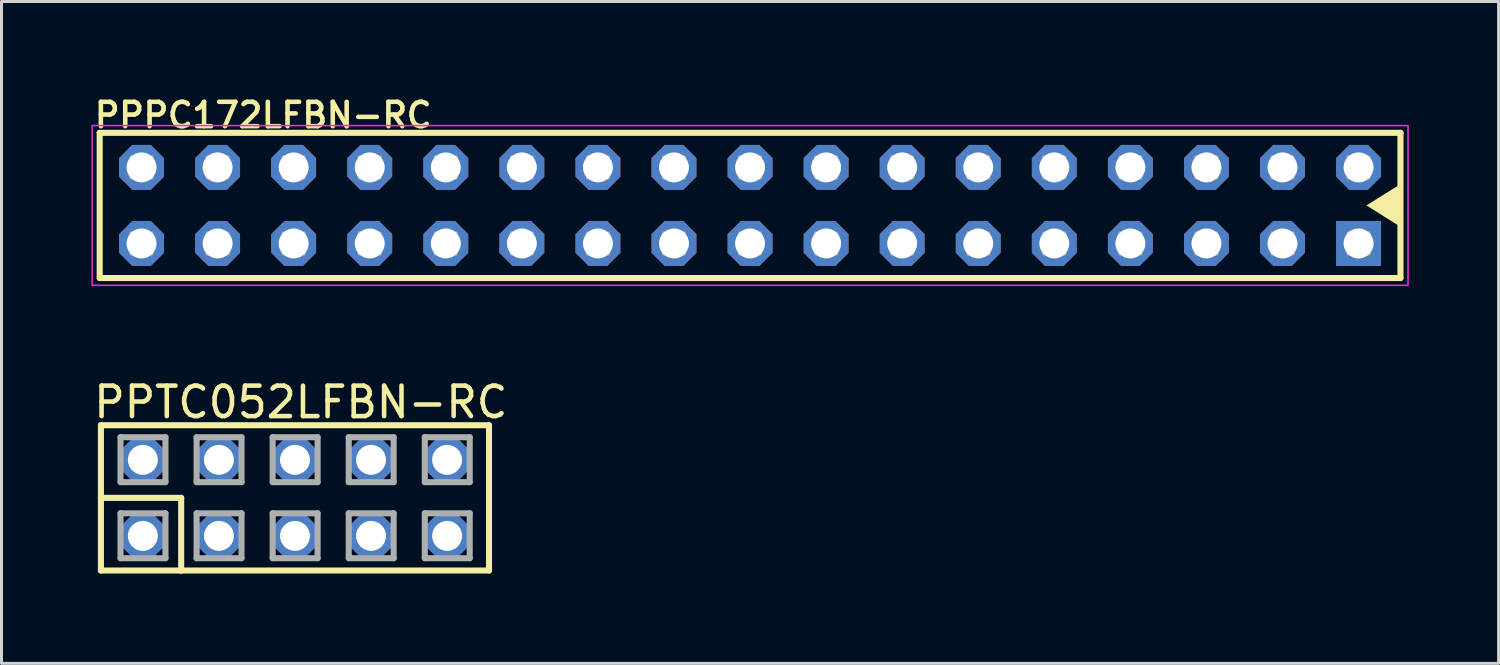
<source format=kicad_pcb>
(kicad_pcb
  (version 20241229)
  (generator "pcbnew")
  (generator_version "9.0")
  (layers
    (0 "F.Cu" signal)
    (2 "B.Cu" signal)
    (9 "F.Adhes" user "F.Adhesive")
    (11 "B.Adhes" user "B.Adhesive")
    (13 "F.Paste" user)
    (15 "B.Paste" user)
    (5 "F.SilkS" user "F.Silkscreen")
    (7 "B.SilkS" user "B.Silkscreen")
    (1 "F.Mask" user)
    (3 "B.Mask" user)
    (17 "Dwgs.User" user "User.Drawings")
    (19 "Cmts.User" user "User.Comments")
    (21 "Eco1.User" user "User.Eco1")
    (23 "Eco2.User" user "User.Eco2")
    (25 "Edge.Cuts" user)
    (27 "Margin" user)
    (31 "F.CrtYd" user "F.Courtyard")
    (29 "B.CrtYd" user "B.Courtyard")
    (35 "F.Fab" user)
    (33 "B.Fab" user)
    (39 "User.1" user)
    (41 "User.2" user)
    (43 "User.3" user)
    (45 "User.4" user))
  (footprint "PPTC052LFBN-RC"
    (layer "F.Cu")
    (at 6.8 13.575)
    (property "Reference" "PPTC052LFBN-RC" (at -6.8 -2.6 0) (layer "F.SilkS") (effects (font (size 1.016 1.016) (thickness 0.152)) (justify left bottom)))
    (attr through_hole)
    (fp_line (start -6.48 -2.425) (end 6.479 -2.425) (stroke (width 0.203) (type solid)) (layer "F.SilkS"))
    (fp_line (start -6.48 0) (end -6.48 -2.425) (stroke (width 0.203) (type solid)) (layer "F.SilkS"))
    (fp_line (start -6.48 2.425) (end -6.48 0) (stroke (width 0.203) (type solid)) (layer "F.SilkS"))
    (fp_line (start -3.8 0) (end -6.48 0) (stroke (width 0.203) (type solid)) (layer "F.SilkS"))
    (fp_line (start -3.8 0) (end -3.8 2.425) (stroke (width 0.203) (type solid)) (layer "F.SilkS"))
    (fp_line (start -3.8 2.425) (end -6.48 2.425) (stroke (width 0.203) (type solid)) (layer "F.SilkS"))
    (fp_line (start 6.479 -2.425) (end 6.479 2.425) (stroke (width 0.203) (type solid)) (layer "F.SilkS"))
    (fp_line (start 6.479 2.425) (end -3.8 2.425) (stroke (width 0.203) (type solid)) (layer "F.SilkS"))
    (fp_line (start -5.825 -2.025) (end -4.325 -2.025) (stroke (width 0.203) (type solid)) (layer "F.Fab"))
    (fp_line (start -5.825 -0.525) (end -5.825 -2.025) (stroke (width 0.203) (type solid)) (layer "F.Fab"))
    (fp_line (start -5.825 0.515) (end -4.325 0.515) (stroke (width 0.203) (type solid)) (layer "F.Fab"))
    (fp_line (start -5.825 2.015) (end -5.825 0.515) (stroke (width 0.203) (type solid)) (layer "F.Fab"))
    (fp_line (start -4.325 -2.025) (end -4.325 -0.525) (stroke (width 0.203) (type solid)) (layer "F.Fab"))
    (fp_line (start -4.325 -0.525) (end -5.825 -0.525) (stroke (width 0.203) (type solid)) (layer "F.Fab"))
    (fp_line (start -4.325 0.515) (end -4.325 2.015) (stroke (width 0.203) (type solid)) (layer "F.Fab"))
    (fp_line (start -4.325 2.015) (end -5.825 2.015) (stroke (width 0.203) (type solid)) (layer "F.Fab"))
    (fp_line (start -3.285 -2.025) (end -1.785 -2.025) (stroke (width 0.203) (type solid)) (layer "F.Fab"))
    (fp_line (start -3.285 -0.525) (end -3.285 -2.025) (stroke (width 0.203) (type solid)) (layer "F.Fab"))
    (fp_line (start -3.285 0.515) (end -1.785 0.515) (stroke (width 0.203) (type solid)) (layer "F.Fab"))
    (fp_line (start -3.285 2.015) (end -3.285 0.515) (stroke (width 0.203) (type solid)) (layer "F.Fab"))
    (fp_line (start -1.785 -2.025) (end -1.785 -0.525) (stroke (width 0.203) (type solid)) (layer "F.Fab"))
    (fp_line (start -1.785 -0.525) (end -3.285 -0.525) (stroke (width 0.203) (type solid)) (layer "F.Fab"))
    (fp_line (start -1.785 0.515) (end -1.785 2.015) (stroke (width 0.203) (type solid)) (layer "F.Fab"))
    (fp_line (start -1.785 2.015) (end -3.285 2.015) (stroke (width 0.203) (type solid)) (layer "F.Fab"))
    (fp_line (start -0.745 -2.025) (end 0.755 -2.025) (stroke (width 0.203) (type solid)) (layer "F.Fab"))
    (fp_line (start -0.745 -0.525) (end -0.745 -2.025) (stroke (width 0.203) (type solid)) (layer "F.Fab"))
    (fp_line (start -0.745 0.515) (end 0.755 0.515) (stroke (width 0.203) (type solid)) (layer "F.Fab"))
    (fp_line (start -0.745 2.015) (end -0.745 0.515) (stroke (width 0.203) (type solid)) (layer "F.Fab"))
    (fp_line (start 0.755 -2.025) (end 0.755 -0.525) (stroke (width 0.203) (type solid)) (layer "F.Fab"))
    (fp_line (start 0.755 -0.525) (end -0.745 -0.525) (stroke (width 0.203) (type solid)) (layer "F.Fab"))
    (fp_line (start 0.755 0.515) (end 0.755 2.015) (stroke (width 0.203) (type solid)) (layer "F.Fab"))
    (fp_line (start 0.755 2.015) (end -0.745 2.015) (stroke (width 0.203) (type solid)) (layer "F.Fab"))
    (fp_line (start 1.795 -2.025) (end 3.295 -2.025) (stroke (width 0.203) (type solid)) (layer "F.Fab"))
    (fp_line (start 1.795 -0.525) (end 1.795 -2.025) (stroke (width 0.203) (type solid)) (layer "F.Fab"))
    (fp_line (start 1.795 0.515) (end 3.295 0.515) (stroke (width 0.203) (type solid)) (layer "F.Fab"))
    (fp_line (start 1.795 2.015) (end 1.795 0.515) (stroke (width 0.203) (type solid)) (layer "F.Fab"))
    (fp_line (start 3.295 -2.025) (end 3.295 -0.525) (stroke (width 0.203) (type solid)) (layer "F.Fab"))
    (fp_line (start 3.295 -0.525) (end 1.795 -0.525) (stroke (width 0.203) (type solid)) (layer "F.Fab"))
    (fp_line (start 3.295 0.515) (end 3.295 2.015) (stroke (width 0.203) (type solid)) (layer "F.Fab"))
    (fp_line (start 3.295 2.015) (end 1.795 2.015) (stroke (width 0.203) (type solid)) (layer "F.Fab"))
    (fp_line (start 4.335 -2.025) (end 5.835 -2.025) (stroke (width 0.203) (type solid)) (layer "F.Fab"))
    (fp_line (start 4.335 -0.525) (end 4.335 -2.025) (stroke (width 0.203) (type solid)) (layer "F.Fab"))
    (fp_line (start 4.335 0.515) (end 5.835 0.515) (stroke (width 0.203) (type solid)) (layer "F.Fab"))
    (fp_line (start 4.335 2.015) (end 4.335 0.515) (stroke (width 0.203) (type solid)) (layer "F.Fab"))
    (fp_line (start 5.835 -2.025) (end 5.835 -0.525) (stroke (width 0.203) (type solid)) (layer "F.Fab"))
    (fp_line (start 5.835 -0.525) (end 4.335 -0.525) (stroke (width 0.203) (type solid)) (layer "F.Fab"))
    (fp_line (start 5.835 0.515) (end 5.835 2.015) (stroke (width 0.203) (type solid)) (layer "F.Fab"))
    (fp_line (start 5.835 2.015) (end 4.335 2.015) (stroke (width 0.203) (type solid)) (layer "F.Fab"))
    (pad "1" thru_hole roundrect (at -5.08 1.27) (size 1.5 1.5) (drill 1) (layers "*.Cu" "*.Mask") (roundrect_rratio 0.25) (chamfer_ratio 0.293) (chamfer top_left top_right bottom_left bottom_right))
    (pad "2" thru_hole roundrect (at -5.08 -1.27) (size 1.5 1.5) (drill 1) (layers "*.Cu" "*.Mask") (roundrect_rratio 0.25) (chamfer_ratio 0.293) (chamfer top_left top_right bottom_left bottom_right))
    (pad "3" thru_hole roundrect (at -2.54 1.27) (size 1.5 1.5) (drill 1) (layers "*.Cu" "*.Mask") (roundrect_rratio 0.25) (chamfer_ratio 0.293) (chamfer top_left top_right bottom_left bottom_right))
    (pad "4" thru_hole roundrect (at -2.54 -1.27) (size 1.5 1.5) (drill 1) (layers "*.Cu" "*.Mask") (roundrect_rratio 0.25) (chamfer_ratio 0.293) (chamfer top_left top_right bottom_left bottom_right))
    (pad "5" thru_hole roundrect (at 0 1.27) (size 1.5 1.5) (drill 1) (layers "*.Cu" "*.Mask") (roundrect_rratio 0.25) (chamfer_ratio 0.293) (chamfer top_left top_right bottom_left bottom_right))
    (pad "6" thru_hole roundrect (at 0 -1.27) (size 1.5 1.5) (drill 1) (layers "*.Cu" "*.Mask") (roundrect_rratio 0.25) (chamfer_ratio 0.293) (chamfer top_left top_right bottom_left bottom_right))
    (pad "7" thru_hole roundrect (at 2.54 1.27) (size 1.5 1.5) (drill 1) (layers "*.Cu" "*.Mask") (roundrect_rratio 0.25) (chamfer_ratio 0.293) (chamfer top_left top_right bottom_left bottom_right))
    (pad "8" thru_hole roundrect (at 2.54 -1.27) (size 1.5 1.5) (drill 1) (layers "*.Cu" "*.Mask") (roundrect_rratio 0.25) (chamfer_ratio 0.293) (chamfer top_left top_right bottom_left bottom_right))
    (pad "9" thru_hole roundrect (at 5.08 1.27) (size 1.5 1.5) (drill 1) (layers "*.Cu" "*.Mask") (roundrect_rratio 0.25) (chamfer_ratio 0.293) (chamfer top_left top_right bottom_left bottom_right))
    (pad "10" thru_hole roundrect (at 5.08 -1.27) (size 1.5 1.5) (drill 1) (layers "*.Cu" "*.Mask") (roundrect_rratio 0.25) (chamfer_ratio 0.293) (chamfer top_left top_right bottom_left bottom_right)))
  (footprint "PPPC172LFBN-RC"
    (layer "F.Cu")
    (at 1.676 5.08)
    (property "Reference" "PPPC172LFBN-RC" (at -1.651 -3.81 0) (layer "F.SilkS") (effects (font (size 0.813 0.813) (thickness 0.152)) (justify left bottom)))
    (attr through_hole)
    (fp_line (start -1.397 -3.695) (end 42.039 -3.695) (stroke (width 0.203) (type solid)) (layer "F.SilkS"))
    (fp_line (start -1.397 1.155) (end -1.397 -3.695) (stroke (width 0.203) (type solid)) (layer "F.SilkS"))
    (fp_line (start 42.039 -3.695) (end 42.039 1.155) (stroke (width 0.203) (type solid)) (layer "F.SilkS"))
    (fp_line (start 42.039 1.155) (end -1.397 1.155) (stroke (width 0.203) (type solid)) (layer "F.SilkS"))
    (fp_poly (pts (xy 42.1 -0.52) (xy 40.901 -1.27) (xy 42.1 -2.02)) (stroke (width 0) (type default)) (fill yes) (layer "F.SilkS"))
    (fp_rect (start -1.651 -3.937) (end 42.291 1.397) (stroke (width 0.05) (type default)) (fill no) (layer "F.CrtYd"))
    (fp_poly (pts (xy -0.35 -2.19) (xy 0.35 -2.19) (xy 0.35 -2.89) (xy -0.35 -2.89)) (stroke (width 0.1) (type default)) (fill no) (layer "F.Fab"))
    (fp_poly (pts (xy -0.35 0.35) (xy 0.35 0.35) (xy 0.35 -0.35) (xy -0.35 -0.35)) (stroke (width 0.1) (type default)) (fill no) (layer "F.Fab"))
    (fp_poly (pts (xy 2.19 -2.19) (xy 2.89 -2.19) (xy 2.89 -2.89) (xy 2.19 -2.89)) (stroke (width 0.1) (type default)) (fill no) (layer "F.Fab"))
    (fp_poly (pts (xy 2.19 0.35) (xy 2.89 0.35) (xy 2.89 -0.35) (xy 2.19 -0.35)) (stroke (width 0.1) (type default)) (fill no) (layer "F.Fab"))
    (fp_poly (pts (xy 4.73 -2.19) (xy 5.43 -2.19) (xy 5.43 -2.89) (xy 4.73 -2.89)) (stroke (width 0.1) (type default)) (fill no) (layer "F.Fab"))
    (fp_poly (pts (xy 4.73 0.35) (xy 5.43 0.35) (xy 5.43 -0.35) (xy 4.73 -0.35)) (stroke (width 0.1) (type default)) (fill no) (layer "F.Fab"))
    (fp_poly (pts (xy 7.27 -2.19) (xy 7.97 -2.19) (xy 7.97 -2.89) (xy 7.27 -2.89)) (stroke (width 0.1) (type default)) (fill no) (layer "F.Fab"))
    (fp_poly (pts (xy 7.27 0.35) (xy 7.97 0.35) (xy 7.97 -0.35) (xy 7.27 -0.35)) (stroke (width 0.1) (type default)) (fill no) (layer "F.Fab"))
    (fp_poly (pts (xy 9.81 -2.19) (xy 10.51 -2.19) (xy 10.51 -2.89) (xy 9.81 -2.89)) (stroke (width 0.1) (type default)) (fill no) (layer "F.Fab"))
    (fp_poly (pts (xy 9.81 0.35) (xy 10.51 0.35) (xy 10.51 -0.35) (xy 9.81 -0.35)) (stroke (width 0.1) (type default)) (fill no) (layer "F.Fab"))
    (fp_poly (pts (xy 12.35 -2.19) (xy 13.05 -2.19) (xy 13.05 -2.89) (xy 12.35 -2.89)) (stroke (width 0.1) (type default)) (fill no) (layer "F.Fab"))
    (fp_poly (pts (xy 12.35 0.35) (xy 13.05 0.35) (xy 13.05 -0.35) (xy 12.35 -0.35)) (stroke (width 0.1) (type default)) (fill no) (layer "F.Fab"))
    (fp_poly (pts (xy 14.89 -2.19) (xy 15.59 -2.19) (xy 15.59 -2.89) (xy 14.89 -2.89)) (stroke (width 0.1) (type default)) (fill no) (layer "F.Fab"))
    (fp_poly (pts (xy 14.89 0.35) (xy 15.59 0.35) (xy 15.59 -0.35) (xy 14.89 -0.35)) (stroke (width 0.1) (type default)) (fill no) (layer "F.Fab"))
    (fp_poly (pts (xy 17.43 -2.19) (xy 18.13 -2.19) (xy 18.13 -2.89) (xy 17.43 -2.89)) (stroke (width 0.1) (type default)) (fill no) (layer "F.Fab"))
    (fp_poly (pts (xy 17.43 0.35) (xy 18.13 0.35) (xy 18.13 -0.35) (xy 17.43 -0.35)) (stroke (width 0.1) (type default)) (fill no) (layer "F.Fab"))
    (fp_poly (pts (xy 19.97 -2.19) (xy 20.67 -2.19) (xy 20.67 -2.89) (xy 19.97 -2.89)) (stroke (width 0.1) (type default)) (fill no) (layer "F.Fab"))
    (fp_poly (pts (xy 19.97 0.35) (xy 20.67 0.35) (xy 20.67 -0.35) (xy 19.97 -0.35)) (stroke (width 0.1) (type default)) (fill no) (layer "F.Fab"))
    (fp_poly (pts (xy 22.51 -2.19) (xy 23.21 -2.19) (xy 23.21 -2.89) (xy 22.51 -2.89)) (stroke (width 0.1) (type default)) (fill no) (layer "F.Fab"))
    (fp_poly (pts (xy 22.51 0.35) (xy 23.21 0.35) (xy 23.21 -0.35) (xy 22.51 -0.35)) (stroke (width 0.1) (type default)) (fill no) (layer "F.Fab"))
    (fp_poly (pts (xy 25.05 -2.19) (xy 25.75 -2.19) (xy 25.75 -2.89) (xy 25.05 -2.89)) (stroke (width 0.1) (type default)) (fill no) (layer "F.Fab"))
    (fp_poly (pts (xy 25.05 0.35) (xy 25.75 0.35) (xy 25.75 -0.35) (xy 25.05 -0.35)) (stroke (width 0.1) (type default)) (fill no) (layer "F.Fab"))
    (fp_poly (pts (xy 27.59 -2.19) (xy 28.29 -2.19) (xy 28.29 -2.89) (xy 27.59 -2.89)) (stroke (width 0.1) (type default)) (fill no) (layer "F.Fab"))
    (fp_poly (pts (xy 27.59 0.35) (xy 28.29 0.35) (xy 28.29 -0.35) (xy 27.59 -0.35)) (stroke (width 0.1) (type default)) (fill no) (layer "F.Fab"))
    (fp_poly (pts (xy 30.13 -2.19) (xy 30.83 -2.19) (xy 30.83 -2.89) (xy 30.13 -2.89)) (stroke (width 0.1) (type default)) (fill no) (layer "F.Fab"))
    (fp_poly (pts (xy 30.13 0.35) (xy 30.83 0.35) (xy 30.83 -0.35) (xy 30.13 -0.35)) (stroke (width 0.1) (type default)) (fill no) (layer "F.Fab"))
    (fp_poly (pts (xy 32.67 -2.19) (xy 33.37 -2.19) (xy 33.37 -2.89) (xy 32.67 -2.89)) (stroke (width 0.1) (type default)) (fill no) (layer "F.Fab"))
    (fp_poly (pts (xy 32.67 0.35) (xy 33.37 0.35) (xy 33.37 -0.35) (xy 32.67 -0.35)) (stroke (width 0.1) (type default)) (fill no) (layer "F.Fab"))
    (fp_poly (pts (xy 35.21 -2.19) (xy 35.91 -2.19) (xy 35.91 -2.89) (xy 35.21 -2.89)) (stroke (width 0.1) (type default)) (fill no) (layer "F.Fab"))
    (fp_poly (pts (xy 35.21 0.35) (xy 35.91 0.35) (xy 35.91 -0.35) (xy 35.21 -0.35)) (stroke (width 0.1) (type default)) (fill no) (layer "F.Fab"))
    (fp_poly (pts (xy 37.75 -2.19) (xy 38.45 -2.19) (xy 38.45 -2.89) (xy 37.75 -2.89)) (stroke (width 0.1) (type default)) (fill no) (layer "F.Fab"))
    (fp_poly (pts (xy 37.75 0.35) (xy 38.45 0.35) (xy 38.45 -0.35) (xy 37.75 -0.35)) (stroke (width 0.1) (type default)) (fill no) (layer "F.Fab"))
    (fp_poly (pts (xy 40.29 -2.19) (xy 40.99 -2.19) (xy 40.99 -2.89) (xy 40.29 -2.89)) (stroke (width 0.1) (type default)) (fill no) (layer "F.Fab"))
    (fp_poly (pts (xy 40.29 0.35) (xy 40.99 0.35) (xy 40.99 -0.35) (xy 40.29 -0.35)) (stroke (width 0.1) (type default)) (fill no) (layer "F.Fab"))
    (pad "1" thru_hole rect (at 40.64 0 180) (size 1.5 1.5) (drill 1) (layers "*.Cu" "*.Mask"))
    (pad "2" thru_hole roundrect (at 40.64 -2.54 180) (size 1.5 1.5) (drill 1) (layers "*.Cu" "*.Mask") (roundrect_rratio 0.25) (chamfer_ratio 0.293) (chamfer top_left top_right bottom_left bottom_right))
    (pad "3" thru_hole roundrect (at 38.1 0 180) (size 1.5 1.5) (drill 1) (layers "*.Cu" "*.Mask") (roundrect_rratio 0.25) (chamfer_ratio 0.293) (chamfer top_left top_right bottom_left bottom_right))
    (pad "4" thru_hole roundrect (at 38.1 -2.54 180) (size 1.5 1.5) (drill 1) (layers "*.Cu" "*.Mask") (roundrect_rratio 0.25) (chamfer_ratio 0.293) (chamfer top_left top_right bottom_left bottom_right))
    (pad "5" thru_hole roundrect (at 35.56 0 180) (size 1.5 1.5) (drill 1) (layers "*.Cu" "*.Mask") (roundrect_rratio 0.25) (chamfer_ratio 0.293) (chamfer top_left top_right bottom_left bottom_right))
    (pad "6" thru_hole roundrect (at 35.56 -2.54 180) (size 1.5 1.5) (drill 1) (layers "*.Cu" "*.Mask") (roundrect_rratio 0.25) (chamfer_ratio 0.293) (chamfer top_left top_right bottom_left bottom_right))
    (pad "7" thru_hole roundrect (at 33.02 0 180) (size 1.5 1.5) (drill 1) (layers "*.Cu" "*.Mask") (roundrect_rratio 0.25) (chamfer_ratio 0.293) (chamfer top_left top_right bottom_left bottom_right))
    (pad "8" thru_hole roundrect (at 33.02 -2.54 180) (size 1.5 1.5) (drill 1) (layers "*.Cu" "*.Mask") (roundrect_rratio 0.25) (chamfer_ratio 0.293) (chamfer top_left top_right bottom_left bottom_right))
    (pad "9" thru_hole roundrect (at 30.48 0 180) (size 1.5 1.5) (drill 1) (layers "*.Cu" "*.Mask") (roundrect_rratio 0.25) (chamfer_ratio 0.293) (chamfer top_left top_right bottom_left bottom_right))
    (pad "10" thru_hole roundrect (at 30.48 -2.54 180) (size 1.5 1.5) (drill 1) (layers "*.Cu" "*.Mask") (roundrect_rratio 0.25) (chamfer_ratio 0.293) (chamfer top_left top_right bottom_left bottom_right))
    (pad "11" thru_hole roundrect (at 27.94 0 180) (size 1.5 1.5) (drill 1) (layers "*.Cu" "*.Mask") (roundrect_rratio 0.25) (chamfer_ratio 0.293) (chamfer top_left top_right bottom_left bottom_right))
    (pad "12" thru_hole roundrect (at 27.94 -2.54 180) (size 1.5 1.5) (drill 1) (layers "*.Cu" "*.Mask") (roundrect_rratio 0.25) (chamfer_ratio 0.293) (chamfer top_left top_right bottom_left bottom_right))
    (pad "13" thru_hole roundrect (at 25.4 0 180) (size 1.5 1.5) (drill 1) (layers "*.Cu" "*.Mask") (roundrect_rratio 0.25) (chamfer_ratio 0.293) (chamfer top_left top_right bottom_left bottom_right))
    (pad "14" thru_hole roundrect (at 25.4 -2.54 180) (size 1.5 1.5) (drill 1) (layers "*.Cu" "*.Mask") (roundrect_rratio 0.25) (chamfer_ratio 0.293) (chamfer top_left top_right bottom_left bottom_right))
    (pad "15" thru_hole roundrect (at 22.86 0 180) (size 1.5 1.5) (drill 1) (layers "*.Cu" "*.Mask") (roundrect_rratio 0.25) (chamfer_ratio 0.293) (chamfer top_left top_right bottom_left bottom_right))
    (pad "16" thru_hole roundrect (at 22.86 -2.54 180) (size 1.5 1.5) (drill 1) (layers "*.Cu" "*.Mask") (roundrect_rratio 0.25) (chamfer_ratio 0.293) (chamfer top_left top_right bottom_left bottom_right))
    (pad "17" thru_hole roundrect (at 20.32 0 180) (size 1.5 1.5) (drill 1) (layers "*.Cu" "*.Mask") (roundrect_rratio 0.25) (chamfer_ratio 0.293) (chamfer top_left top_right bottom_left bottom_right))
    (pad "18" thru_hole roundrect (at 20.32 -2.54 180) (size 1.5 1.5) (drill 1) (layers "*.Cu" "*.Mask") (roundrect_rratio 0.25) (chamfer_ratio 0.293) (chamfer top_left top_right bottom_left bottom_right))
    (pad "19" thru_hole roundrect (at 17.78 0 180) (size 1.5 1.5) (drill 1) (layers "*.Cu" "*.Mask") (roundrect_rratio 0.25) (chamfer_ratio 0.293) (chamfer top_left top_right bottom_left bottom_right))
    (pad "20" thru_hole roundrect (at 17.78 -2.54 180) (size 1.5 1.5) (drill 1) (layers "*.Cu" "*.Mask") (roundrect_rratio 0.25) (chamfer_ratio 0.293) (chamfer top_left top_right bottom_left bottom_right))
    (pad "21" thru_hole roundrect (at 15.24 0 180) (size 1.5 1.5) (drill 1) (layers "*.Cu" "*.Mask") (roundrect_rratio 0.25) (chamfer_ratio 0.293) (chamfer top_left top_right bottom_left bottom_right))
    (pad "22" thru_hole roundrect (at 15.24 -2.54 180) (size 1.5 1.5) (drill 1) (layers "*.Cu" "*.Mask") (roundrect_rratio 0.25) (chamfer_ratio 0.293) (chamfer top_left top_right bottom_left bottom_right))
    (pad "23" thru_hole roundrect (at 12.7 0 180) (size 1.5 1.5) (drill 1) (layers "*.Cu" "*.Mask") (roundrect_rratio 0.25) (chamfer_ratio 0.293) (chamfer top_left top_right bottom_left bottom_right))
    (pad "24" thru_hole roundrect (at 12.7 -2.54 180) (size 1.5 1.5) (drill 1) (layers "*.Cu" "*.Mask") (roundrect_rratio 0.25) (chamfer_ratio 0.293) (chamfer top_left top_right bottom_left bottom_right))
    (pad "25" thru_hole roundrect (at 10.16 0 180) (size 1.5 1.5) (drill 1) (layers "*.Cu" "*.Mask") (roundrect_rratio 0.25) (chamfer_ratio 0.293) (chamfer top_left top_right bottom_left bottom_right))
    (pad "26" thru_hole roundrect (at 10.16 -2.54 180) (size 1.5 1.5) (drill 1) (layers "*.Cu" "*.Mask") (roundrect_rratio 0.25) (chamfer_ratio 0.293) (chamfer top_left top_right bottom_left bottom_right))
    (pad "27" thru_hole roundrect (at 7.62 0 180) (size 1.5 1.5) (drill 1) (layers "*.Cu" "*.Mask") (roundrect_rratio 0.25) (chamfer_ratio 0.293) (chamfer top_left top_right bottom_left bottom_right))
    (pad "28" thru_hole roundrect (at 7.62 -2.54 180) (size 1.5 1.5) (drill 1) (layers "*.Cu" "*.Mask") (roundrect_rratio 0.25) (chamfer_ratio 0.293) (chamfer top_left top_right bottom_left bottom_right))
    (pad "29" thru_hole roundrect (at 5.08 0 180) (size 1.5 1.5) (drill 1) (layers "*.Cu" "*.Mask") (roundrect_rratio 0.25) (chamfer_ratio 0.293) (chamfer top_left top_right bottom_left bottom_right))
    (pad "30" thru_hole roundrect (at 5.08 -2.54 180) (size 1.5 1.5) (drill 1) (layers "*.Cu" "*.Mask") (roundrect_rratio 0.25) (chamfer_ratio 0.293) (chamfer top_left top_right bottom_left bottom_right))
    (pad "31" thru_hole roundrect (at 2.54 0 180) (size 1.5 1.5) (drill 1) (layers "*.Cu" "*.Mask") (roundrect_rratio 0.25) (chamfer_ratio 0.293) (chamfer top_left top_right bottom_left bottom_right))
    (pad "32" thru_hole roundrect (at 2.54 -2.54 180) (size 1.5 1.5) (drill 1) (layers "*.Cu" "*.Mask") (roundrect_rratio 0.25) (chamfer_ratio 0.293) (chamfer top_left top_right bottom_left bottom_right))
    (pad "33" thru_hole roundrect (at 0 0 180) (size 1.5 1.5) (drill 1) (layers "*.Cu" "*.Mask") (roundrect_rratio 0.25) (chamfer_ratio 0.293) (chamfer top_left top_right bottom_left bottom_right))
    (pad "34" thru_hole roundrect (at 0 -2.54 180) (size 1.5 1.5) (drill 1) (layers "*.Cu" "*.Mask") (roundrect_rratio 0.25) (chamfer_ratio 0.293) (chamfer top_left top_right bottom_left bottom_right)))
  (gr_rect
    (start -3 -3)
    (end 46.992 19.102)
    (stroke (width 0.1) (type default))
    (fill no)
    (layer "Edge.Cuts")))
</source>
